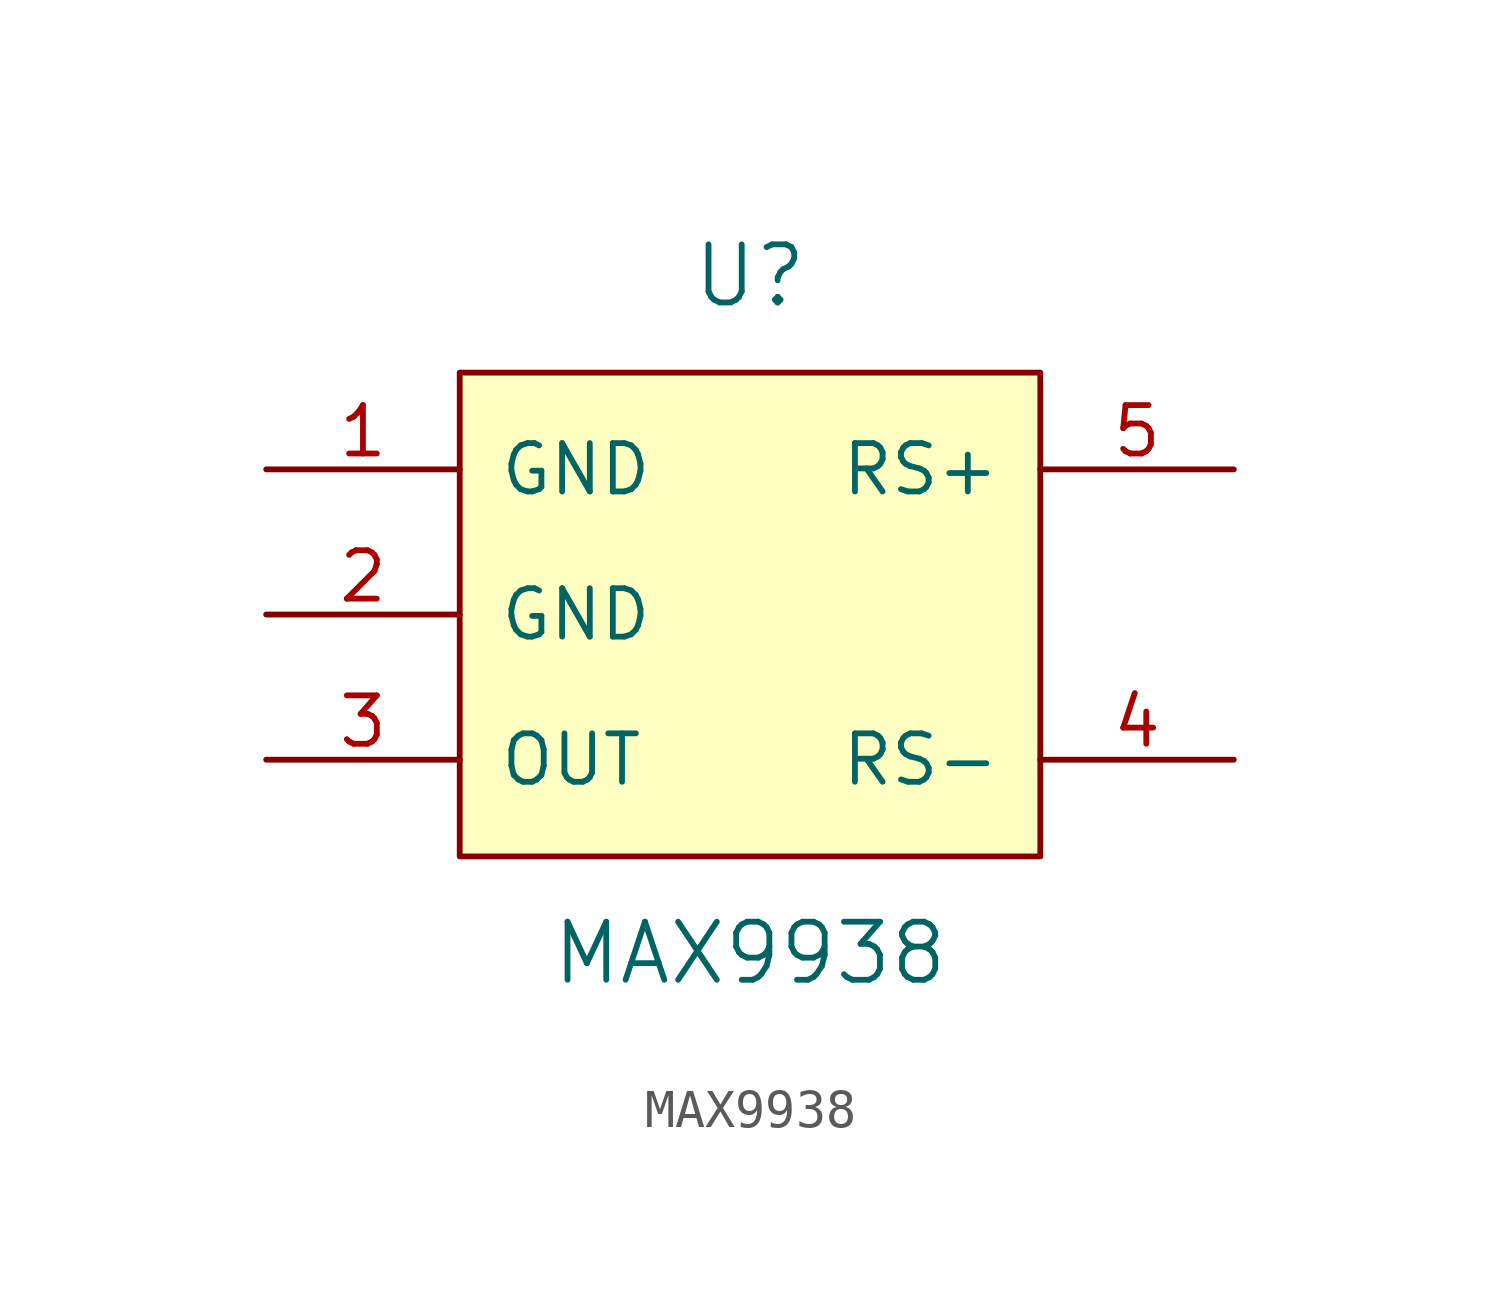
<source format=kicad_sym>
(kicad_symbol_lib
  (version 20220914)
  (generator kicad_symbol_editor)
  (symbol "MAX9938"
    (pin_names
      (offset 1.016))
    (property "Reference" "U"
      (at 0 8.89 0)
      (effects (font (size 1.524 1.524))))
    (property "Value" "MAX9938"
      (at 0 -8.89 0)
      (effects (font (size 1.524 1.524))))
    (symbol "MAX9938_0_1"
      (rectangle (start -7.62 6.35) (end 7.62 -6.35) (stroke (width 0) (type default)) (fill (type background))))
    (symbol "MAX9938_1_1"
      (pin input line (at -12.7 3.81 0) (length 5.08) (name "GND" (effects (font (size 1.27 1.27)))) (number "1" (effects (font (size 1.27 1.27)))))
      (pin input line (at -12.7 0 0) (length 5.08) (name "GND" (effects (font (size 1.27 1.27)))) (number "2" (effects (font (size 1.27 1.27)))))
      (pin input line (at -12.7 -3.81 0) (length 5.08) (name "OUT" (effects (font (size 1.27 1.27)))) (number "3" (effects (font (size 1.27 1.27)))))
      (pin input line (at 12.7 -3.81 180) (length 5.08) (name "RS-" (effects (font (size 1.27 1.27)))) (number "4" (effects (font (size 1.27 1.27)))))
      (pin input line (at 12.7 3.81 180) (length 5.08) (name "RS+" (effects (font (size 1.27 1.27)))) (number "5" (effects (font (size 1.27 1.27))))))))
</source>
